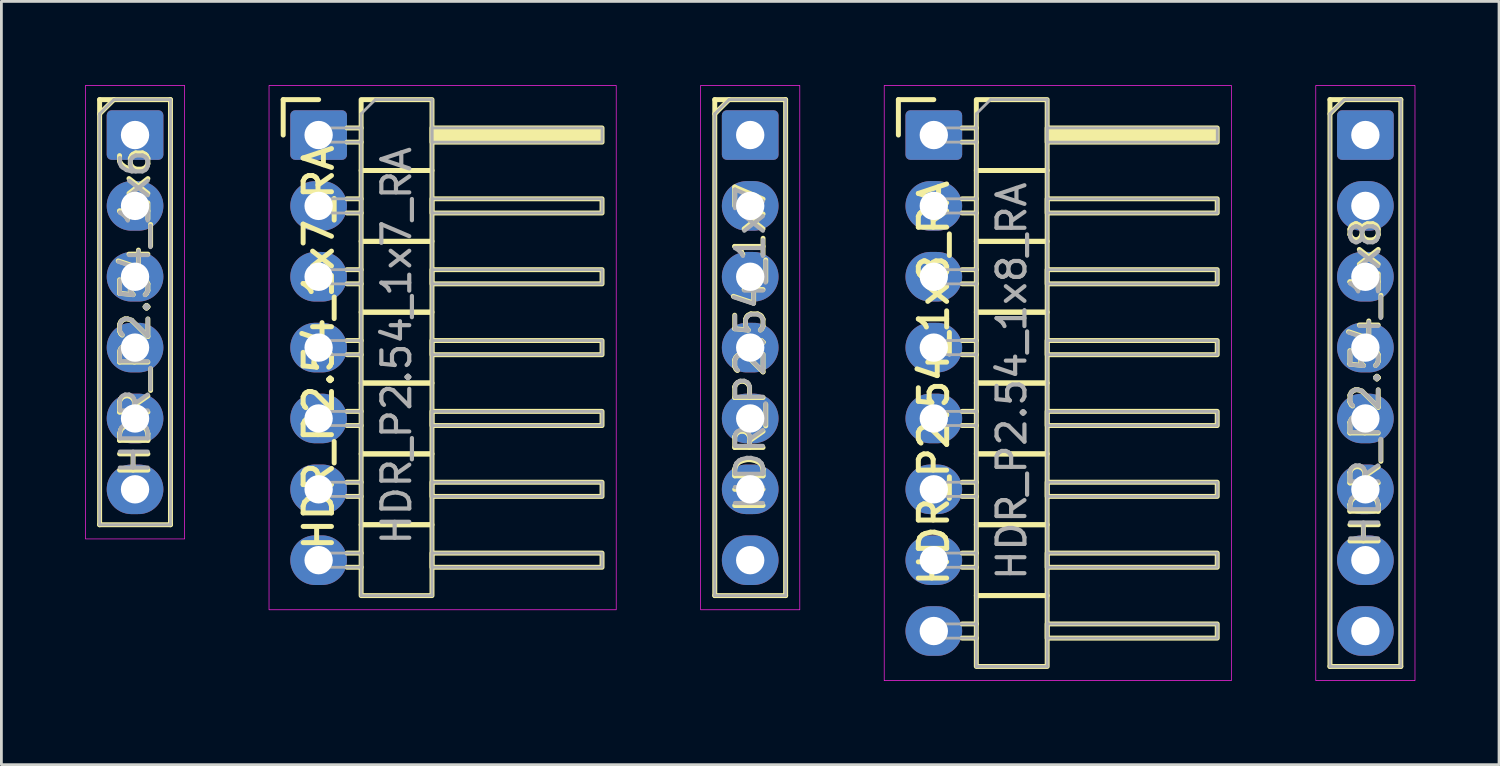
<source format=kicad_pcb>
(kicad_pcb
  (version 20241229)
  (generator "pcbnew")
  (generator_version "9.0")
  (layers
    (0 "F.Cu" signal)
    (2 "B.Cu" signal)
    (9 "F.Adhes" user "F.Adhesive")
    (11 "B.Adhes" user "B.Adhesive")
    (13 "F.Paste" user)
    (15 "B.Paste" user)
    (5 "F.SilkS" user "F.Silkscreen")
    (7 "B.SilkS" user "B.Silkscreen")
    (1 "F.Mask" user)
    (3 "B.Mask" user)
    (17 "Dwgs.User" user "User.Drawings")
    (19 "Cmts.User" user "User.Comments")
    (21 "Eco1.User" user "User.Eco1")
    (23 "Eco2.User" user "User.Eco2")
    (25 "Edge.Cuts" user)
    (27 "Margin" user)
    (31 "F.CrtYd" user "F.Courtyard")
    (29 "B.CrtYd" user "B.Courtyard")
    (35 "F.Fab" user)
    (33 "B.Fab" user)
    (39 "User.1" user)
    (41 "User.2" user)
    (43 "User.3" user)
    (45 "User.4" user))
  (footprint "HDR_P2.54_1x7"
    (layer "F.Cu")
    (at 23.843 9.411)
    (property "Reference" "HDR_P2.54_1x7" (at 0 0 90) (layer "F.SilkS") (effects (font (size 1.016 1.016) (thickness 0.178))))
    (attr through_hole)
    (fp_line (start -1.27 -8.89) (end -1.27 8.89) (stroke (width 0.178) (type solid)) (layer "F.SilkS"))
    (fp_line (start -1.27 -8.89) (end 1.27 -8.89) (stroke (width 0.178) (type solid)) (layer "F.SilkS"))
    (fp_line (start -1.27 -8.382) (end -0.762 -8.89) (stroke (width 0.178) (type solid)) (layer "F.SilkS"))
    (fp_line (start -1.27 8.89) (end 1.27 8.89) (stroke (width 0.178) (type solid)) (layer "F.SilkS"))
    (fp_line (start 1.27 -8.89) (end 1.27 8.89) (stroke (width 0.178) (type solid)) (layer "F.SilkS"))
    (fp_rect (start -1.778 -9.398) (end 1.778 9.398) (stroke (width 0.025) (type solid)) (fill no) (layer "F.CrtYd"))
    (fp_line (start -1.27 -8.382) (end -0.762 -8.89) (stroke (width 0.1) (type solid)) (layer "F.Fab"))
    (fp_line (start -1.27 8.89) (end -1.27 -8.382) (stroke (width 0.1) (type solid)) (layer "F.Fab"))
    (fp_line (start -0.762 -8.89) (end 1.27 -8.89) (stroke (width 0.1) (type solid)) (layer "F.Fab"))
    (fp_line (start 1.27 -8.89) (end 1.27 8.89) (stroke (width 0.1) (type solid)) (layer "F.Fab"))
    (fp_line (start 1.27 8.89) (end -1.27 8.89) (stroke (width 0.1) (type solid)) (layer "F.Fab"))
    (fp_text user "${REFERENCE}" (at 0 0 90) (layer "F.Fab") (effects (font (size 1 1) (thickness 0.15))))
    (pad "1" thru_hole roundrect (at 0 -7.62) (size 2.032 1.778) (drill 1.016) (layers "*.Cu" "*.Mask") (roundrect_rratio 0.1))
    (pad "2" thru_hole oval (at 0 -5.08) (size 2.032 1.778) (drill 1.016) (layers "*.Cu" "*.Mask"))
    (pad "3" thru_hole oval (at 0 -2.54) (size 2.032 1.778) (drill 1.016) (layers "*.Cu" "*.Mask"))
    (pad "4" thru_hole oval (at 0 0) (size 2.032 1.778) (drill 1.016) (layers "*.Cu" "*.Mask"))
    (pad "5" thru_hole oval (at 0 2.54) (size 2.032 1.778) (drill 1.016) (layers "*.Cu" "*.Mask"))
    (pad "6" thru_hole oval (at 0 5.08) (size 2.032 1.778) (drill 1.016) (layers "*.Cu" "*.Mask"))
    (pad "7" thru_hole oval (at 0 7.62) (size 2.032 1.778) (drill 1.016) (layers "*.Cu" "*.Mask")))
  (footprint "HDR_P2.54_1x8_RA"
    (layer "F.Cu")
    (at 30.425 10.681)
    (property "Reference" "HDR_P2.54_1x8_RA" (at 0 0 90) (layer "F.SilkS") (effects (font (size 1.016 1.016) (thickness 0.178))))
    (attr through_hole)
    (fp_line (start -1.27 -10.16) (end 0 -10.16) (stroke (width 0.178) (type solid)) (layer "F.SilkS"))
    (fp_line (start -1.27 -8.89) (end -1.27 -10.16) (stroke (width 0.178) (type solid)) (layer "F.SilkS"))
    (fp_line (start 1.016 -9.144) (end 1.524 -9.144) (stroke (width 0.178) (type solid)) (layer "F.SilkS"))
    (fp_line (start 1.016 -8.636) (end 1.524 -8.636) (stroke (width 0.178) (type solid)) (layer "F.SilkS"))
    (fp_line (start 1.016 -6.604) (end 1.524 -6.604) (stroke (width 0.178) (type solid)) (layer "F.SilkS"))
    (fp_line (start 1.016 -6.096) (end 1.524 -6.096) (stroke (width 0.178) (type solid)) (layer "F.SilkS"))
    (fp_line (start 1.016 -4.064) (end 1.524 -4.064) (stroke (width 0.178) (type solid)) (layer "F.SilkS"))
    (fp_line (start 1.016 -3.556) (end 1.524 -3.556) (stroke (width 0.178) (type solid)) (layer "F.SilkS"))
    (fp_line (start 1.016 -1.524) (end 1.524 -1.524) (stroke (width 0.178) (type solid)) (layer "F.SilkS"))
    (fp_line (start 1.016 -1.016) (end 1.524 -1.016) (stroke (width 0.178) (type solid)) (layer "F.SilkS"))
    (fp_line (start 1.016 1.016) (end 1.524 1.016) (stroke (width 0.178) (type solid)) (layer "F.SilkS"))
    (fp_line (start 1.016 1.524) (end 1.524 1.524) (stroke (width 0.178) (type solid)) (layer "F.SilkS"))
    (fp_line (start 1.016 3.556) (end 1.524 3.556) (stroke (width 0.178) (type solid)) (layer "F.SilkS"))
    (fp_line (start 1.016 4.064) (end 1.524 4.064) (stroke (width 0.178) (type solid)) (layer "F.SilkS"))
    (fp_line (start 1.016 6.096) (end 1.524 6.096) (stroke (width 0.178) (type solid)) (layer "F.SilkS"))
    (fp_line (start 1.016 6.604) (end 1.524 6.604) (stroke (width 0.178) (type solid)) (layer "F.SilkS"))
    (fp_line (start 1.016 8.636) (end 1.524 8.636) (stroke (width 0.178) (type solid)) (layer "F.SilkS"))
    (fp_line (start 1.016 9.144) (end 1.524 9.144) (stroke (width 0.178) (type solid)) (layer "F.SilkS"))
    (fp_rect (start 1.524 -7.62) (end 4.064 -10.16) (stroke (width 0.178) (type solid)) (fill no) (layer "F.SilkS"))
    (fp_rect (start 1.524 -5.08) (end 4.064 -7.62) (stroke (width 0.178) (type solid)) (fill no) (layer "F.SilkS"))
    (fp_rect (start 1.524 -2.54) (end 4.064 -5.08) (stroke (width 0.178) (type solid)) (fill no) (layer "F.SilkS"))
    (fp_rect (start 1.524 0) (end 4.064 -2.54) (stroke (width 0.178) (type solid)) (fill no) (layer "F.SilkS"))
    (fp_rect (start 1.524 2.54) (end 4.064 0) (stroke (width 0.178) (type solid)) (fill no) (layer "F.SilkS"))
    (fp_rect (start 1.524 5.08) (end 4.064 2.54) (stroke (width 0.178) (type solid)) (fill no) (layer "F.SilkS"))
    (fp_rect (start 1.524 7.62) (end 4.064 5.08) (stroke (width 0.178) (type solid)) (fill no) (layer "F.SilkS"))
    (fp_rect (start 1.524 10.16) (end 4.064 7.62) (stroke (width 0.178) (type solid)) (fill no) (layer "F.SilkS"))
    (fp_rect (start 4.064 -9.144) (end 10.16 -8.636) (stroke (width 0.178) (type solid)) (fill yes) (layer "F.SilkS"))
    (fp_rect (start 4.064 -6.604) (end 10.16 -6.096) (stroke (width 0.178) (type solid)) (fill no) (layer "F.SilkS"))
    (fp_rect (start 4.064 -4.064) (end 10.16 -3.556) (stroke (width 0.178) (type solid)) (fill no) (layer "F.SilkS"))
    (fp_rect (start 4.064 -1.524) (end 10.16 -1.016) (stroke (width 0.178) (type solid)) (fill no) (layer "F.SilkS"))
    (fp_rect (start 4.064 1.016) (end 10.16 1.524) (stroke (width 0.178) (type solid)) (fill no) (layer "F.SilkS"))
    (fp_rect (start 4.064 3.556) (end 10.16 4.064) (stroke (width 0.178) (type solid)) (fill no) (layer "F.SilkS"))
    (fp_rect (start 4.064 6.096) (end 10.16 6.604) (stroke (width 0.178) (type solid)) (fill no) (layer "F.SilkS"))
    (fp_rect (start 4.064 8.636) (end 10.16 9.144) (stroke (width 0.178) (type solid)) (fill no) (layer "F.SilkS"))
    (fp_rect (start -1.778 -10.668) (end 10.668 10.668) (stroke (width 0.025) (type solid)) (fill no) (layer "F.CrtYd"))
    (fp_line (start 1.524 -9.652) (end 2.032 -10.16) (stroke (width 0.1) (type solid)) (layer "F.Fab"))
    (fp_line (start 1.524 10.16) (end 1.524 -9.652) (stroke (width 0.1) (type solid)) (layer "F.Fab"))
    (fp_line (start 2.032 -10.16) (end 4.064 -10.16) (stroke (width 0.1) (type solid)) (layer "F.Fab"))
    (fp_line (start 4.064 -10.16) (end 4.064 10.16) (stroke (width 0.1) (type solid)) (layer "F.Fab"))
    (fp_line (start 4.064 10.16) (end 1.524 10.16) (stroke (width 0.1) (type solid)) (layer "F.Fab"))
    (fp_rect (start -0.254 -9.144) (end 1.524 -8.636) (stroke (width 0.1) (type solid)) (fill no) (layer "F.Fab"))
    (fp_rect (start -0.254 -6.604) (end 1.524 -6.096) (stroke (width 0.1) (type solid)) (fill no) (layer "F.Fab"))
    (fp_rect (start -0.254 -4.064) (end 1.524 -3.556) (stroke (width 0.1) (type solid)) (fill no) (layer "F.Fab"))
    (fp_rect (start -0.254 -1.524) (end 1.524 -1.016) (stroke (width 0.1) (type solid)) (fill no) (layer "F.Fab"))
    (fp_rect (start -0.254 1.524) (end 1.524 1.016) (stroke (width 0.1) (type solid)) (fill no) (layer "F.Fab"))
    (fp_rect (start -0.254 3.556) (end 1.524 4.064) (stroke (width 0.1) (type solid)) (fill no) (layer "F.Fab"))
    (fp_rect (start -0.254 6.604) (end 1.524 6.096) (stroke (width 0.1) (type solid)) (fill no) (layer "F.Fab"))
    (fp_rect (start -0.254 9.144) (end 1.524 8.636) (stroke (width 0.1) (type solid)) (fill no) (layer "F.Fab"))
    (fp_rect (start 4.064 -9.144) (end 10.16 -8.636) (stroke (width 0.1) (type solid)) (fill no) (layer "F.Fab"))
    (fp_rect (start 4.064 -6.604) (end 10.16 -6.096) (stroke (width 0.1) (type solid)) (fill no) (layer "F.Fab"))
    (fp_rect (start 4.064 -4.064) (end 10.16 -3.556) (stroke (width 0.1) (type solid)) (fill no) (layer "F.Fab"))
    (fp_rect (start 4.064 -1.524) (end 10.16 -1.016) (stroke (width 0.1) (type solid)) (fill no) (layer "F.Fab"))
    (fp_rect (start 4.064 1.016) (end 10.16 1.524) (stroke (width 0.1) (type solid)) (fill no) (layer "F.Fab"))
    (fp_rect (start 4.064 3.556) (end 10.16 4.064) (stroke (width 0.1) (type solid)) (fill no) (layer "F.Fab"))
    (fp_rect (start 4.064 6.096) (end 10.16 6.604) (stroke (width 0.1) (type solid)) (fill no) (layer "F.Fab"))
    (fp_rect (start 4.064 8.636) (end 10.16 9.144) (stroke (width 0.1) (type solid)) (fill no) (layer "F.Fab"))
    (fp_text user "${REFERENCE}" (at 2.794 -0.066 90) (layer "F.Fab") (effects (font (size 1 1) (thickness 0.15))))
    (pad "1" thru_hole roundrect (at 0 -8.89) (size 2.032 1.778) (drill 1.016) (layers "*.Cu" "*.Mask") (roundrect_rratio 0.1))
    (pad "2" thru_hole oval (at 0 -6.35) (size 2.032 1.778) (drill 1.016) (layers "*.Cu" "*.Mask"))
    (pad "3" thru_hole oval (at 0 -3.81) (size 2.032 1.778) (drill 1.016) (layers "*.Cu" "*.Mask"))
    (pad "4" thru_hole oval (at 0 -1.27) (size 2.032 1.778) (drill 1.016) (layers "*.Cu" "*.Mask"))
    (pad "5" thru_hole oval (at 0 1.27) (size 2.032 1.778) (drill 1.016) (layers "*.Cu" "*.Mask"))
    (pad "6" thru_hole oval (at 0 3.81) (size 2.032 1.778) (drill 1.016) (layers "*.Cu" "*.Mask"))
    (pad "7" thru_hole oval (at 0 6.35) (size 2.032 1.778) (drill 1.016) (layers "*.Cu" "*.Mask"))
    (pad "8" thru_hole oval (at 0 8.89) (size 2.032 1.778) (drill 1.016) (layers "*.Cu" "*.Mask")))
  (footprint "HDR_P2.54_1x8"
    (layer "F.Cu")
    (at 45.896 10.681)
    (property "Reference" "HDR_P2.54_1x8" (at 0 0 90) (layer "F.SilkS") (effects (font (size 1.016 1.016) (thickness 0.178))))
    (attr through_hole)
    (fp_line (start -1.27 -10.16) (end -1.27 10.16) (stroke (width 0.178) (type solid)) (layer "F.SilkS"))
    (fp_line (start -1.27 -10.16) (end 1.27 -10.16) (stroke (width 0.178) (type solid)) (layer "F.SilkS"))
    (fp_line (start -1.27 -9.652) (end -0.762 -10.16) (stroke (width 0.178) (type solid)) (layer "F.SilkS"))
    (fp_line (start -1.27 10.16) (end 1.27 10.16) (stroke (width 0.178) (type solid)) (layer "F.SilkS"))
    (fp_line (start 1.27 -10.16) (end 1.27 10.16) (stroke (width 0.178) (type solid)) (layer "F.SilkS"))
    (fp_rect (start -1.778 -10.668) (end 1.778 10.668) (stroke (width 0.025) (type solid)) (fill no) (layer "F.CrtYd"))
    (fp_line (start -1.27 -9.652) (end -0.762 -10.16) (stroke (width 0.1) (type solid)) (layer "F.Fab"))
    (fp_line (start -1.27 10.16) (end -1.27 -9.652) (stroke (width 0.1) (type solid)) (layer "F.Fab"))
    (fp_line (start -0.762 -10.16) (end 1.27 -10.16) (stroke (width 0.1) (type solid)) (layer "F.Fab"))
    (fp_line (start 1.27 -10.16) (end 1.27 10.16) (stroke (width 0.1) (type solid)) (layer "F.Fab"))
    (fp_line (start 1.27 10.16) (end -1.27 10.16) (stroke (width 0.1) (type solid)) (layer "F.Fab"))
    (fp_text user "${REFERENCE}" (at 0 0 90) (layer "F.Fab") (effects (font (size 1 1) (thickness 0.15))))
    (pad "1" thru_hole roundrect (at 0 -8.89) (size 2.032 1.778) (drill 1.016) (layers "*.Cu" "*.Mask") (roundrect_rratio 0.1))
    (pad "2" thru_hole oval (at 0 -6.35) (size 2.032 1.778) (drill 1.016) (layers "*.Cu" "*.Mask"))
    (pad "3" thru_hole oval (at 0 -3.81) (size 2.032 1.778) (drill 1.016) (layers "*.Cu" "*.Mask"))
    (pad "4" thru_hole oval (at 0 -1.27) (size 2.032 1.778) (drill 1.016) (layers "*.Cu" "*.Mask"))
    (pad "5" thru_hole oval (at 0 1.27) (size 2.032 1.778) (drill 1.016) (layers "*.Cu" "*.Mask"))
    (pad "6" thru_hole oval (at 0 3.81) (size 2.032 1.778) (drill 1.016) (layers "*.Cu" "*.Mask"))
    (pad "7" thru_hole oval (at 0 6.35) (size 2.032 1.778) (drill 1.016) (layers "*.Cu" "*.Mask"))
    (pad "8" thru_hole oval (at 0 8.89) (size 2.032 1.778) (drill 1.016) (layers "*.Cu" "*.Mask")))
  (footprint "HDR_P2.54_1x7_RA"
    (layer "F.Cu")
    (at 8.372 9.411)
    (property "Reference" "HDR_P2.54_1x7_RA" (at 0 0 90) (layer "F.SilkS") (effects (font (size 1.016 1.016) (thickness 0.178))))
    (attr through_hole)
    (fp_line (start -1.27 -8.89) (end 0 -8.89) (stroke (width 0.178) (type solid)) (layer "F.SilkS"))
    (fp_line (start -1.27 -7.62) (end -1.27 -8.89) (stroke (width 0.178) (type solid)) (layer "F.SilkS"))
    (fp_line (start 1.016 -7.874) (end 1.524 -7.874) (stroke (width 0.178) (type solid)) (layer "F.SilkS"))
    (fp_line (start 1.016 -7.366) (end 1.524 -7.366) (stroke (width 0.178) (type solid)) (layer "F.SilkS"))
    (fp_line (start 1.016 -5.334) (end 1.524 -5.334) (stroke (width 0.178) (type solid)) (layer "F.SilkS"))
    (fp_line (start 1.016 -4.826) (end 1.524 -4.826) (stroke (width 0.178) (type solid)) (layer "F.SilkS"))
    (fp_line (start 1.016 -2.794) (end 1.524 -2.794) (stroke (width 0.178) (type solid)) (layer "F.SilkS"))
    (fp_line (start 1.016 -2.286) (end 1.524 -2.286) (stroke (width 0.178) (type solid)) (layer "F.SilkS"))
    (fp_line (start 1.016 -0.254) (end 1.524 -0.254) (stroke (width 0.178) (type solid)) (layer "F.SilkS"))
    (fp_line (start 1.016 0.254) (end 1.524 0.254) (stroke (width 0.178) (type solid)) (layer "F.SilkS"))
    (fp_line (start 1.016 2.286) (end 1.524 2.286) (stroke (width 0.178) (type solid)) (layer "F.SilkS"))
    (fp_line (start 1.016 2.794) (end 1.524 2.794) (stroke (width 0.178) (type solid)) (layer "F.SilkS"))
    (fp_line (start 1.016 4.826) (end 1.524 4.826) (stroke (width 0.178) (type solid)) (layer "F.SilkS"))
    (fp_line (start 1.016 5.334) (end 1.524 5.334) (stroke (width 0.178) (type solid)) (layer "F.SilkS"))
    (fp_line (start 1.016 7.366) (end 1.524 7.366) (stroke (width 0.178) (type solid)) (layer "F.SilkS"))
    (fp_line (start 1.016 7.874) (end 1.524 7.874) (stroke (width 0.178) (type solid)) (layer "F.SilkS"))
    (fp_rect (start 1.524 -6.35) (end 4.064 -8.89) (stroke (width 0.178) (type solid)) (fill no) (layer "F.SilkS"))
    (fp_rect (start 1.524 -3.81) (end 4.064 -6.35) (stroke (width 0.178) (type solid)) (fill no) (layer "F.SilkS"))
    (fp_rect (start 1.524 -1.27) (end 4.064 -3.81) (stroke (width 0.178) (type solid)) (fill no) (layer "F.SilkS"))
    (fp_rect (start 1.524 1.27) (end 4.064 -1.27) (stroke (width 0.178) (type solid)) (fill no) (layer "F.SilkS"))
    (fp_rect (start 1.524 3.81) (end 4.064 1.27) (stroke (width 0.178) (type solid)) (fill no) (layer "F.SilkS"))
    (fp_rect (start 1.524 6.35) (end 4.064 3.81) (stroke (width 0.178) (type solid)) (fill no) (layer "F.SilkS"))
    (fp_rect (start 1.524 8.89) (end 4.064 6.35) (stroke (width 0.178) (type solid)) (fill no) (layer "F.SilkS"))
    (fp_rect (start 4.064 -7.874) (end 10.16 -7.366) (stroke (width 0.178) (type solid)) (fill yes) (layer "F.SilkS"))
    (fp_rect (start 4.064 -5.334) (end 10.16 -4.826) (stroke (width 0.178) (type solid)) (fill no) (layer "F.SilkS"))
    (fp_rect (start 4.064 -2.794) (end 10.16 -2.286) (stroke (width 0.178) (type solid)) (fill no) (layer "F.SilkS"))
    (fp_rect (start 4.064 -0.254) (end 10.16 0.254) (stroke (width 0.178) (type solid)) (fill no) (layer "F.SilkS"))
    (fp_rect (start 4.064 2.286) (end 10.16 2.794) (stroke (width 0.178) (type solid)) (fill no) (layer "F.SilkS"))
    (fp_rect (start 4.064 4.826) (end 10.16 5.334) (stroke (width 0.178) (type solid)) (fill no) (layer "F.SilkS"))
    (fp_rect (start 4.064 7.366) (end 10.16 7.874) (stroke (width 0.178) (type solid)) (fill no) (layer "F.SilkS"))
    (fp_rect (start -1.778 -9.398) (end 10.668 9.398) (stroke (width 0.025) (type solid)) (fill no) (layer "F.CrtYd"))
    (fp_line (start 1.524 -8.382) (end 2.032 -8.89) (stroke (width 0.1) (type solid)) (layer "F.Fab"))
    (fp_line (start 1.524 8.89) (end 1.524 -8.382) (stroke (width 0.1) (type solid)) (layer "F.Fab"))
    (fp_line (start 2.032 -8.89) (end 4.064 -8.89) (stroke (width 0.1) (type solid)) (layer "F.Fab"))
    (fp_line (start 4.064 -8.89) (end 4.064 8.89) (stroke (width 0.1) (type solid)) (layer "F.Fab"))
    (fp_line (start 4.064 8.89) (end 1.524 8.89) (stroke (width 0.1) (type solid)) (layer "F.Fab"))
    (fp_rect (start -0.254 -7.874) (end 1.524 -7.366) (stroke (width 0.1) (type solid)) (fill no) (layer "F.Fab"))
    (fp_rect (start -0.254 -5.334) (end 1.524 -4.826) (stroke (width 0.1) (type solid)) (fill no) (layer "F.Fab"))
    (fp_rect (start -0.254 -2.794) (end 1.524 -2.286) (stroke (width 0.1) (type solid)) (fill no) (layer "F.Fab"))
    (fp_rect (start -0.254 0.254) (end 1.524 -0.254) (stroke (width 0.1) (type solid)) (fill no) (layer "F.Fab"))
    (fp_rect (start -0.254 2.286) (end 1.524 2.794) (stroke (width 0.1) (type solid)) (fill no) (layer "F.Fab"))
    (fp_rect (start -0.254 4.826) (end 1.524 5.334) (stroke (width 0.1) (type solid)) (fill no) (layer "F.Fab"))
    (fp_rect (start -0.254 7.366) (end 1.524 7.874) (stroke (width 0.1) (type solid)) (fill no) (layer "F.Fab"))
    (fp_rect (start 4.064 -7.874) (end 10.16 -7.366) (stroke (width 0.1) (type solid)) (fill no) (layer "F.Fab"))
    (fp_rect (start 4.064 -5.334) (end 10.16 -4.826) (stroke (width 0.1) (type solid)) (fill no) (layer "F.Fab"))
    (fp_rect (start 4.064 -2.794) (end 10.16 -2.286) (stroke (width 0.1) (type solid)) (fill no) (layer "F.Fab"))
    (fp_rect (start 4.064 -0.254) (end 10.16 0.254) (stroke (width 0.1) (type solid)) (fill no) (layer "F.Fab"))
    (fp_rect (start 4.064 2.286) (end 10.16 2.794) (stroke (width 0.1) (type solid)) (fill no) (layer "F.Fab"))
    (fp_rect (start 4.064 5.334) (end 10.16 4.826) (stroke (width 0.1) (type solid)) (fill no) (layer "F.Fab"))
    (fp_rect (start 4.064 7.874) (end 10.16 7.366) (stroke (width 0.1) (type solid)) (fill no) (layer "F.Fab"))
    (fp_text user "${REFERENCE}" (at 2.794 -0.066 90) (layer "F.Fab") (effects (font (size 1 1) (thickness 0.15))))
    (pad "1" thru_hole roundrect (at 0 -7.62) (size 2.032 1.778) (drill 1.016) (layers "*.Cu" "*.Mask") (roundrect_rratio 0.1))
    (pad "2" thru_hole oval (at 0 -5.08) (size 2.032 1.778) (drill 1.016) (layers "*.Cu" "*.Mask"))
    (pad "3" thru_hole oval (at 0 -2.54) (size 2.032 1.778) (drill 1.016) (layers "*.Cu" "*.Mask"))
    (pad "4" thru_hole oval (at 0 0) (size 2.032 1.778) (drill 1.016) (layers "*.Cu" "*.Mask"))
    (pad "5" thru_hole oval (at 0 2.54) (size 2.032 1.778) (drill 1.016) (layers "*.Cu" "*.Mask"))
    (pad "6" thru_hole oval (at 0 5.08) (size 2.032 1.778) (drill 1.016) (layers "*.Cu" "*.Mask"))
    (pad "7" thru_hole oval (at 0 7.62) (size 2.032 1.778) (drill 1.016) (layers "*.Cu" "*.Mask")))
  (footprint "HDR_P2.54_1x6"
    (layer "F.Cu")
    (at 1.791 8.141)
    (property "Reference" "HDR_P2.54_1x6" (at 0 0 90) (layer "F.SilkS") (effects (font (size 1.016 1.016) (thickness 0.178))))
    (attr through_hole)
    (fp_line (start -1.27 -7.62) (end -1.27 7.62) (stroke (width 0.178) (type solid)) (layer "F.SilkS"))
    (fp_line (start -1.27 -7.62) (end 1.27 -7.62) (stroke (width 0.178) (type solid)) (layer "F.SilkS"))
    (fp_line (start -1.27 -7.112) (end -0.762 -7.62) (stroke (width 0.178) (type solid)) (layer "F.SilkS"))
    (fp_line (start -1.27 7.62) (end 1.27 7.62) (stroke (width 0.178) (type solid)) (layer "F.SilkS"))
    (fp_line (start 1.27 -7.62) (end 1.27 7.62) (stroke (width 0.178) (type solid)) (layer "F.SilkS"))
    (fp_rect (start -1.778 -8.128) (end 1.778 8.128) (stroke (width 0.025) (type solid)) (fill no) (layer "F.CrtYd"))
    (fp_line (start -1.27 -7.112) (end -0.762 -7.62) (stroke (width 0.1) (type solid)) (layer "F.Fab"))
    (fp_line (start -1.27 7.62) (end -1.27 -7.112) (stroke (width 0.1) (type solid)) (layer "F.Fab"))
    (fp_line (start -0.762 -7.62) (end 1.27 -7.62) (stroke (width 0.1) (type solid)) (layer "F.Fab"))
    (fp_line (start 1.27 -7.62) (end 1.27 7.62) (stroke (width 0.1) (type solid)) (layer "F.Fab"))
    (fp_line (start 1.27 7.62) (end -1.27 7.62) (stroke (width 0.1) (type solid)) (layer "F.Fab"))
    (fp_text user "${REFERENCE}" (at 0 0 90) (layer "F.Fab") (effects (font (size 1 1) (thickness 0.15))))
    (pad "1" thru_hole roundrect (at 0 -6.35) (size 2.032 1.778) (drill 1.016) (layers "*.Cu" "*.Mask") (roundrect_rratio 0.1))
    (pad "2" thru_hole oval (at 0 -3.81) (size 2.032 1.778) (drill 1.016) (layers "*.Cu" "*.Mask"))
    (pad "3" thru_hole oval (at 0 -1.27) (size 2.032 1.778) (drill 1.016) (layers "*.Cu" "*.Mask"))
    (pad "4" thru_hole oval (at 0 1.27) (size 2.032 1.778) (drill 1.016) (layers "*.Cu" "*.Mask"))
    (pad "5" thru_hole oval (at 0 3.81) (size 2.032 1.778) (drill 1.016) (layers "*.Cu" "*.Mask"))
    (pad "6" thru_hole oval (at 0 6.35) (size 2.032 1.778) (drill 1.016) (layers "*.Cu" "*.Mask")))
  (gr_rect
    (start -3 -3)
    (end 50.687 24.361)
    (stroke (width 0.1) (type default))
    (fill no)
    (layer "Edge.Cuts")))
</source>
